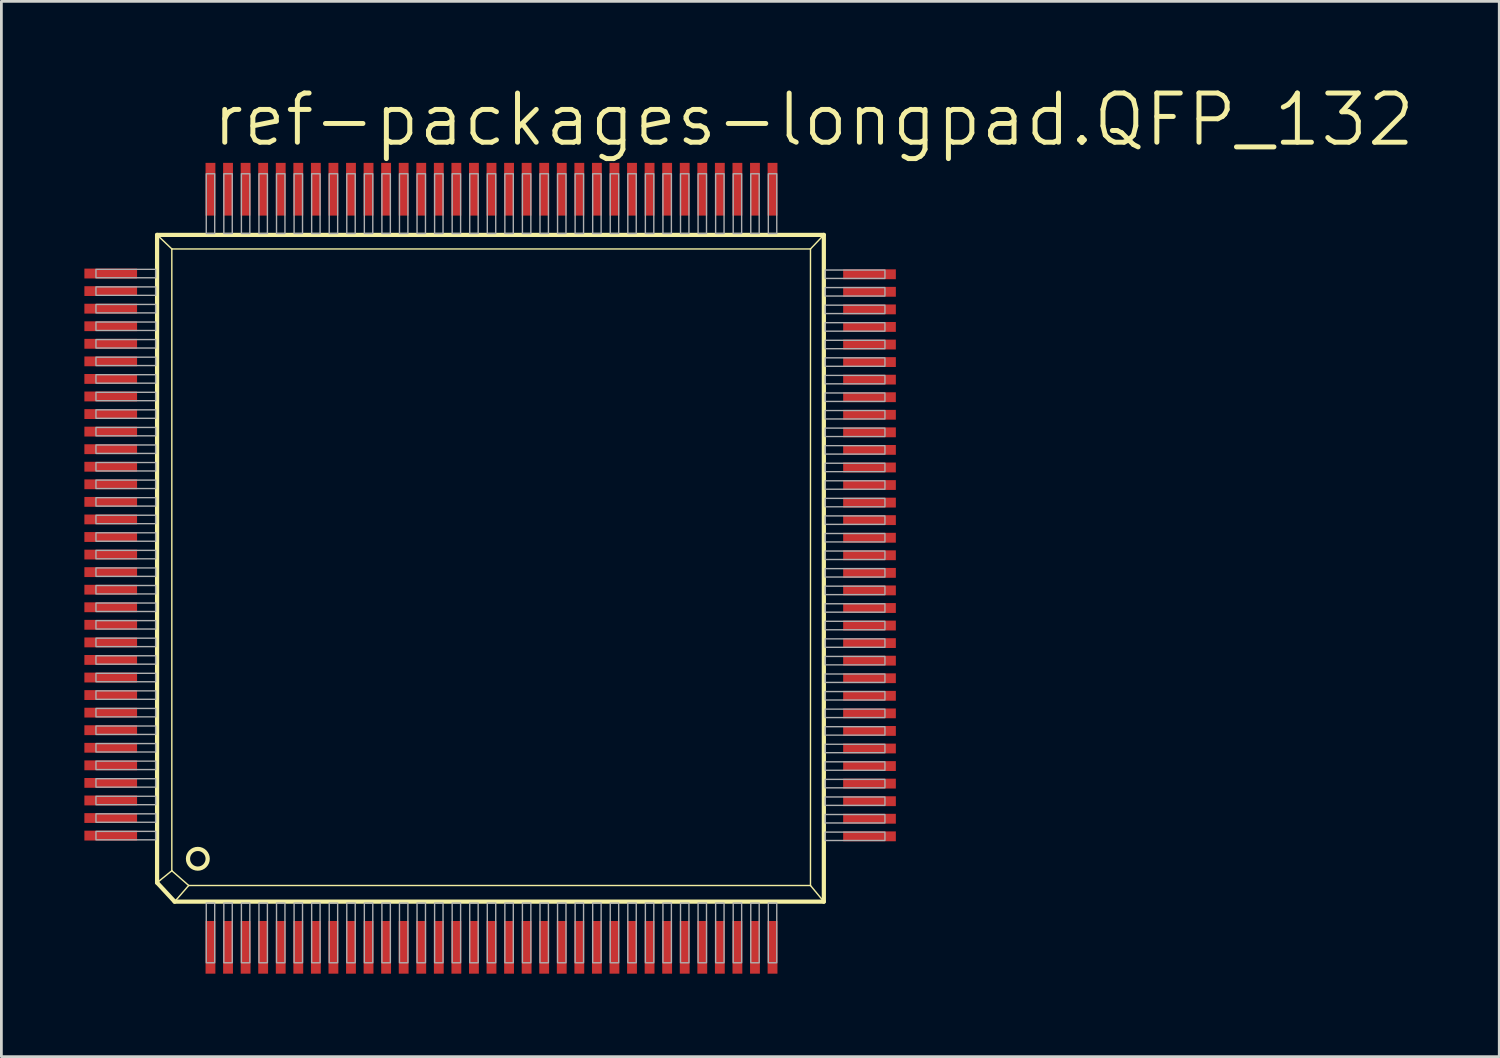
<source format=kicad_pcb>
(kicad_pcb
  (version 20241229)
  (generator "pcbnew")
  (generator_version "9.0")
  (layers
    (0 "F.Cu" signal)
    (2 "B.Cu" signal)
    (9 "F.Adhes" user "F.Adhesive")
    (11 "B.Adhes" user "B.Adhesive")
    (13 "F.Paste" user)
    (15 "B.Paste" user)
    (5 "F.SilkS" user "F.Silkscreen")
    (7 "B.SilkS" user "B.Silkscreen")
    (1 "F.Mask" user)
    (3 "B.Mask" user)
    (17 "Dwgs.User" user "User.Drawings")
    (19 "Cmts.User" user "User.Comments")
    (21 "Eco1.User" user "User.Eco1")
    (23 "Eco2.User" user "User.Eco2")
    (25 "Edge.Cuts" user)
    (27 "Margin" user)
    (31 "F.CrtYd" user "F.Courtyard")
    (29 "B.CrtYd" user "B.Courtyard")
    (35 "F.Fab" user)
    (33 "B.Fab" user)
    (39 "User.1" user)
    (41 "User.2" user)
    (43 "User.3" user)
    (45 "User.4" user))
  (footprint "ref-packages-longpad.QFP_132"
    (layer "F.Cu")
    (at 14.694 17.05)
    (property "Reference" "ref-packages-longpad.QFP_132" (at -10.16 -14.732 0) (layer "F.SilkS") (effects (font (size 1.778 1.778) (thickness 0.18)) (justify left bottom)))
    (attr smd)
    (fp_line (start -12.065 -11.608) (end -11.532 -11.1) (stroke (width 0.051) (type default)) (layer "F.SilkS"))
    (fp_line (start -12.065 11.811) (end -12.065 -11.608) (stroke (width 0.152) (type default)) (layer "F.SilkS"))
    (fp_line (start -12.065 11.811) (end -11.532 11.379) (stroke (width 0.051) (type default)) (layer "F.SilkS"))
    (fp_line (start -12.065 11.811) (end -11.43 12.497) (stroke (width 0.152) (type default)) (layer "F.SilkS"))
    (fp_line (start -11.532 -11.1) (end -11.532 11.379) (stroke (width 0.051) (type default)) (layer "F.SilkS"))
    (fp_line (start -11.532 -11.1) (end 11.557 -11.1) (stroke (width 0.051) (type default)) (layer "F.SilkS"))
    (fp_line (start -11.43 12.497) (end -10.922 11.913) (stroke (width 0.051) (type default)) (layer "F.SilkS"))
    (fp_line (start -11.43 12.497) (end 12.04 12.497) (stroke (width 0.152) (type default)) (layer "F.SilkS"))
    (fp_line (start -10.922 11.913) (end -11.532 11.379) (stroke (width 0.051) (type default)) (layer "F.SilkS"))
    (fp_line (start -10.922 11.913) (end 11.557 11.913) (stroke (width 0.051) (type default)) (layer "F.SilkS"))
    (fp_line (start 11.557 11.913) (end 11.557 -11.1) (stroke (width 0.051) (type default)) (layer "F.SilkS"))
    (fp_line (start 12.04 -11.608) (end -12.065 -11.608) (stroke (width 0.152) (type default)) (layer "F.SilkS"))
    (fp_line (start 12.04 -11.608) (end 11.557 -11.1) (stroke (width 0.051) (type default)) (layer "F.SilkS"))
    (fp_line (start 12.04 12.497) (end 11.557 11.913) (stroke (width 0.051) (type default)) (layer "F.SilkS"))
    (fp_line (start 12.04 12.497) (end 12.04 -11.608) (stroke (width 0.152) (type default)) (layer "F.SilkS"))
    (fp_circle (center -10.592 10.947) (end -10.236 10.947) (stroke (width 0.152) (type default)) (fill no) (layer "F.SilkS"))
    (fp_rect (start -14.275 -10.058) (end -12.116 -10.363) (stroke (width 0.05) (type default)) (fill no) (layer "F.Fab"))
    (fp_rect (start -14.275 -9.423) (end -12.116 -9.728) (stroke (width 0.05) (type default)) (fill no) (layer "F.Fab"))
    (fp_rect (start -14.275 -8.788) (end -12.116 -9.093) (stroke (width 0.05) (type default)) (fill no) (layer "F.Fab"))
    (fp_rect (start -14.275 -8.153) (end -12.116 -8.458) (stroke (width 0.05) (type default)) (fill no) (layer "F.Fab"))
    (fp_rect (start -14.275 -7.518) (end -12.116 -7.823) (stroke (width 0.05) (type default)) (fill no) (layer "F.Fab"))
    (fp_rect (start -14.275 -6.883) (end -12.116 -7.188) (stroke (width 0.05) (type default)) (fill no) (layer "F.Fab"))
    (fp_rect (start -14.275 -6.248) (end -12.116 -6.553) (stroke (width 0.05) (type default)) (fill no) (layer "F.Fab"))
    (fp_rect (start -14.275 -5.613) (end -12.116 -5.918) (stroke (width 0.05) (type default)) (fill no) (layer "F.Fab"))
    (fp_rect (start -14.275 -4.978) (end -12.116 -5.283) (stroke (width 0.05) (type default)) (fill no) (layer "F.Fab"))
    (fp_rect (start -14.275 -4.343) (end -12.116 -4.648) (stroke (width 0.05) (type default)) (fill no) (layer "F.Fab"))
    (fp_rect (start -14.275 -3.708) (end -12.116 -4.013) (stroke (width 0.05) (type default)) (fill no) (layer "F.Fab"))
    (fp_rect (start -14.275 -3.073) (end -12.116 -3.378) (stroke (width 0.05) (type default)) (fill no) (layer "F.Fab"))
    (fp_rect (start -14.275 -2.438) (end -12.116 -2.743) (stroke (width 0.05) (type default)) (fill no) (layer "F.Fab"))
    (fp_rect (start -14.275 -1.803) (end -12.116 -2.108) (stroke (width 0.05) (type default)) (fill no) (layer "F.Fab"))
    (fp_rect (start -14.275 -1.168) (end -12.116 -1.473) (stroke (width 0.05) (type default)) (fill no) (layer "F.Fab"))
    (fp_rect (start -14.275 -0.533) (end -12.116 -0.838) (stroke (width 0.05) (type default)) (fill no) (layer "F.Fab"))
    (fp_rect (start -14.275 0.102) (end -12.116 -0.203) (stroke (width 0.05) (type default)) (fill no) (layer "F.Fab"))
    (fp_rect (start -14.275 0.737) (end -12.116 0.432) (stroke (width 0.05) (type default)) (fill no) (layer "F.Fab"))
    (fp_rect (start -14.275 1.372) (end -12.116 1.067) (stroke (width 0.05) (type default)) (fill no) (layer "F.Fab"))
    (fp_rect (start -14.275 2.007) (end -12.116 1.702) (stroke (width 0.05) (type default)) (fill no) (layer "F.Fab"))
    (fp_rect (start -14.275 2.642) (end -12.116 2.337) (stroke (width 0.05) (type default)) (fill no) (layer "F.Fab"))
    (fp_rect (start -14.275 3.277) (end -12.116 2.972) (stroke (width 0.05) (type default)) (fill no) (layer "F.Fab"))
    (fp_rect (start -14.275 3.912) (end -12.116 3.607) (stroke (width 0.05) (type default)) (fill no) (layer "F.Fab"))
    (fp_rect (start -14.275 4.547) (end -12.116 4.242) (stroke (width 0.05) (type default)) (fill no) (layer "F.Fab"))
    (fp_rect (start -14.275 5.182) (end -12.116 4.877) (stroke (width 0.05) (type default)) (fill no) (layer "F.Fab"))
    (fp_rect (start -14.275 5.817) (end -12.116 5.512) (stroke (width 0.05) (type default)) (fill no) (layer "F.Fab"))
    (fp_rect (start -14.275 6.452) (end -12.116 6.147) (stroke (width 0.05) (type default)) (fill no) (layer "F.Fab"))
    (fp_rect (start -14.275 7.087) (end -12.116 6.782) (stroke (width 0.05) (type default)) (fill no) (layer "F.Fab"))
    (fp_rect (start -14.275 7.722) (end -12.116 7.417) (stroke (width 0.05) (type default)) (fill no) (layer "F.Fab"))
    (fp_rect (start -14.275 8.357) (end -12.116 8.052) (stroke (width 0.05) (type default)) (fill no) (layer "F.Fab"))
    (fp_rect (start -14.275 8.992) (end -12.116 8.687) (stroke (width 0.05) (type default)) (fill no) (layer "F.Fab"))
    (fp_rect (start -14.275 9.627) (end -12.116 9.322) (stroke (width 0.05) (type default)) (fill no) (layer "F.Fab"))
    (fp_rect (start -14.275 10.262) (end -12.116 9.957) (stroke (width 0.05) (type default)) (fill no) (layer "F.Fab"))
    (fp_rect (start -10.287 -11.659) (end -9.982 -13.818) (stroke (width 0.05) (type default)) (fill no) (layer "F.Fab"))
    (fp_rect (start -10.287 14.707) (end -9.982 12.548) (stroke (width 0.05) (type default)) (fill no) (layer "F.Fab"))
    (fp_rect (start -9.652 -11.659) (end -9.347 -13.818) (stroke (width 0.05) (type default)) (fill no) (layer "F.Fab"))
    (fp_rect (start -9.652 14.707) (end -9.347 12.548) (stroke (width 0.05) (type default)) (fill no) (layer "F.Fab"))
    (fp_rect (start -9.017 -11.659) (end -8.712 -13.818) (stroke (width 0.05) (type default)) (fill no) (layer "F.Fab"))
    (fp_rect (start -9.017 14.707) (end -8.712 12.548) (stroke (width 0.05) (type default)) (fill no) (layer "F.Fab"))
    (fp_rect (start -8.382 -11.659) (end -8.077 -13.818) (stroke (width 0.05) (type default)) (fill no) (layer "F.Fab"))
    (fp_rect (start -8.382 14.707) (end -8.077 12.548) (stroke (width 0.05) (type default)) (fill no) (layer "F.Fab"))
    (fp_rect (start -7.747 -11.659) (end -7.442 -13.818) (stroke (width 0.05) (type default)) (fill no) (layer "F.Fab"))
    (fp_rect (start -7.747 14.707) (end -7.442 12.548) (stroke (width 0.05) (type default)) (fill no) (layer "F.Fab"))
    (fp_rect (start -7.112 -11.659) (end -6.807 -13.818) (stroke (width 0.05) (type default)) (fill no) (layer "F.Fab"))
    (fp_rect (start -7.112 14.707) (end -6.807 12.548) (stroke (width 0.05) (type default)) (fill no) (layer "F.Fab"))
    (fp_rect (start -6.477 -11.659) (end -6.172 -13.818) (stroke (width 0.05) (type default)) (fill no) (layer "F.Fab"))
    (fp_rect (start -6.477 14.707) (end -6.172 12.548) (stroke (width 0.05) (type default)) (fill no) (layer "F.Fab"))
    (fp_rect (start -5.842 -11.659) (end -5.537 -13.818) (stroke (width 0.05) (type default)) (fill no) (layer "F.Fab"))
    (fp_rect (start -5.842 14.707) (end -5.537 12.548) (stroke (width 0.05) (type default)) (fill no) (layer "F.Fab"))
    (fp_rect (start -5.207 -11.659) (end -4.902 -13.818) (stroke (width 0.05) (type default)) (fill no) (layer "F.Fab"))
    (fp_rect (start -5.207 14.707) (end -4.902 12.548) (stroke (width 0.05) (type default)) (fill no) (layer "F.Fab"))
    (fp_rect (start -4.572 -11.659) (end -4.267 -13.818) (stroke (width 0.05) (type default)) (fill no) (layer "F.Fab"))
    (fp_rect (start -4.572 14.707) (end -4.267 12.548) (stroke (width 0.05) (type default)) (fill no) (layer "F.Fab"))
    (fp_rect (start -3.937 -11.659) (end -3.632 -13.818) (stroke (width 0.05) (type default)) (fill no) (layer "F.Fab"))
    (fp_rect (start -3.937 14.707) (end -3.632 12.548) (stroke (width 0.05) (type default)) (fill no) (layer "F.Fab"))
    (fp_rect (start -3.302 -11.659) (end -2.997 -13.818) (stroke (width 0.05) (type default)) (fill no) (layer "F.Fab"))
    (fp_rect (start -3.302 14.707) (end -2.997 12.548) (stroke (width 0.05) (type default)) (fill no) (layer "F.Fab"))
    (fp_rect (start -2.667 -11.659) (end -2.362 -13.818) (stroke (width 0.05) (type default)) (fill no) (layer "F.Fab"))
    (fp_rect (start -2.667 14.707) (end -2.362 12.548) (stroke (width 0.05) (type default)) (fill no) (layer "F.Fab"))
    (fp_rect (start -2.032 -11.659) (end -1.727 -13.818) (stroke (width 0.05) (type default)) (fill no) (layer "F.Fab"))
    (fp_rect (start -2.032 14.707) (end -1.727 12.548) (stroke (width 0.05) (type default)) (fill no) (layer "F.Fab"))
    (fp_rect (start -1.397 -11.659) (end -1.092 -13.818) (stroke (width 0.05) (type default)) (fill no) (layer "F.Fab"))
    (fp_rect (start -1.397 14.707) (end -1.092 12.548) (stroke (width 0.05) (type default)) (fill no) (layer "F.Fab"))
    (fp_rect (start -0.762 -11.659) (end -0.457 -13.818) (stroke (width 0.05) (type default)) (fill no) (layer "F.Fab"))
    (fp_rect (start -0.762 14.707) (end -0.457 12.548) (stroke (width 0.05) (type default)) (fill no) (layer "F.Fab"))
    (fp_rect (start -0.127 -11.659) (end 0.178 -13.818) (stroke (width 0.05) (type default)) (fill no) (layer "F.Fab"))
    (fp_rect (start -0.127 14.707) (end 0.178 12.548) (stroke (width 0.05) (type default)) (fill no) (layer "F.Fab"))
    (fp_rect (start 0.508 -11.659) (end 0.813 -13.818) (stroke (width 0.05) (type default)) (fill no) (layer "F.Fab"))
    (fp_rect (start 0.508 14.707) (end 0.813 12.548) (stroke (width 0.05) (type default)) (fill no) (layer "F.Fab"))
    (fp_rect (start 1.143 -11.659) (end 1.448 -13.818) (stroke (width 0.05) (type default)) (fill no) (layer "F.Fab"))
    (fp_rect (start 1.143 14.707) (end 1.448 12.548) (stroke (width 0.05) (type default)) (fill no) (layer "F.Fab"))
    (fp_rect (start 1.778 -11.659) (end 2.083 -13.818) (stroke (width 0.05) (type default)) (fill no) (layer "F.Fab"))
    (fp_rect (start 1.778 14.707) (end 2.083 12.548) (stroke (width 0.05) (type default)) (fill no) (layer "F.Fab"))
    (fp_rect (start 2.413 -11.659) (end 2.718 -13.818) (stroke (width 0.05) (type default)) (fill no) (layer "F.Fab"))
    (fp_rect (start 2.413 14.707) (end 2.718 12.548) (stroke (width 0.05) (type default)) (fill no) (layer "F.Fab"))
    (fp_rect (start 3.048 -11.659) (end 3.353 -13.818) (stroke (width 0.05) (type default)) (fill no) (layer "F.Fab"))
    (fp_rect (start 3.048 14.707) (end 3.353 12.548) (stroke (width 0.05) (type default)) (fill no) (layer "F.Fab"))
    (fp_rect (start 3.683 -11.659) (end 3.988 -13.818) (stroke (width 0.05) (type default)) (fill no) (layer "F.Fab"))
    (fp_rect (start 3.683 14.707) (end 3.988 12.548) (stroke (width 0.05) (type default)) (fill no) (layer "F.Fab"))
    (fp_rect (start 4.318 -11.659) (end 4.623 -13.818) (stroke (width 0.05) (type default)) (fill no) (layer "F.Fab"))
    (fp_rect (start 4.318 14.707) (end 4.623 12.548) (stroke (width 0.05) (type default)) (fill no) (layer "F.Fab"))
    (fp_rect (start 4.953 -11.659) (end 5.258 -13.818) (stroke (width 0.05) (type default)) (fill no) (layer "F.Fab"))
    (fp_rect (start 4.953 14.707) (end 5.258 12.548) (stroke (width 0.05) (type default)) (fill no) (layer "F.Fab"))
    (fp_rect (start 5.588 -11.659) (end 5.893 -13.818) (stroke (width 0.05) (type default)) (fill no) (layer "F.Fab"))
    (fp_rect (start 5.588 14.707) (end 5.893 12.548) (stroke (width 0.05) (type default)) (fill no) (layer "F.Fab"))
    (fp_rect (start 6.223 -11.659) (end 6.528 -13.818) (stroke (width 0.05) (type default)) (fill no) (layer "F.Fab"))
    (fp_rect (start 6.223 14.707) (end 6.528 12.548) (stroke (width 0.05) (type default)) (fill no) (layer "F.Fab"))
    (fp_rect (start 6.858 -11.659) (end 7.163 -13.818) (stroke (width 0.05) (type default)) (fill no) (layer "F.Fab"))
    (fp_rect (start 6.858 14.707) (end 7.163 12.548) (stroke (width 0.05) (type default)) (fill no) (layer "F.Fab"))
    (fp_rect (start 7.493 -11.659) (end 7.798 -13.818) (stroke (width 0.05) (type default)) (fill no) (layer "F.Fab"))
    (fp_rect (start 7.493 14.707) (end 7.798 12.548) (stroke (width 0.05) (type default)) (fill no) (layer "F.Fab"))
    (fp_rect (start 8.128 -11.659) (end 8.433 -13.818) (stroke (width 0.05) (type default)) (fill no) (layer "F.Fab"))
    (fp_rect (start 8.128 14.707) (end 8.433 12.548) (stroke (width 0.05) (type default)) (fill no) (layer "F.Fab"))
    (fp_rect (start 8.763 -11.659) (end 9.068 -13.818) (stroke (width 0.05) (type default)) (fill no) (layer "F.Fab"))
    (fp_rect (start 8.763 14.707) (end 9.068 12.548) (stroke (width 0.05) (type default)) (fill no) (layer "F.Fab"))
    (fp_rect (start 9.398 -11.659) (end 9.703 -13.818) (stroke (width 0.05) (type default)) (fill no) (layer "F.Fab"))
    (fp_rect (start 9.398 14.707) (end 9.703 12.548) (stroke (width 0.05) (type default)) (fill no) (layer "F.Fab"))
    (fp_rect (start 10.033 -11.659) (end 10.338 -13.818) (stroke (width 0.05) (type default)) (fill no) (layer "F.Fab"))
    (fp_rect (start 10.033 14.707) (end 10.338 12.548) (stroke (width 0.05) (type default)) (fill no) (layer "F.Fab"))
    (fp_rect (start 12.09 -10.033) (end 14.249 -10.338) (stroke (width 0.05) (type default)) (fill no) (layer "F.Fab"))
    (fp_rect (start 12.09 -9.398) (end 14.249 -9.703) (stroke (width 0.05) (type default)) (fill no) (layer "F.Fab"))
    (fp_rect (start 12.09 -8.763) (end 14.249 -9.068) (stroke (width 0.05) (type default)) (fill no) (layer "F.Fab"))
    (fp_rect (start 12.09 -8.128) (end 14.249 -8.433) (stroke (width 0.05) (type default)) (fill no) (layer "F.Fab"))
    (fp_rect (start 12.09 -7.493) (end 14.249 -7.798) (stroke (width 0.05) (type default)) (fill no) (layer "F.Fab"))
    (fp_rect (start 12.09 -6.858) (end 14.249 -7.163) (stroke (width 0.05) (type default)) (fill no) (layer "F.Fab"))
    (fp_rect (start 12.09 -6.223) (end 14.249 -6.528) (stroke (width 0.05) (type default)) (fill no) (layer "F.Fab"))
    (fp_rect (start 12.09 -5.588) (end 14.249 -5.893) (stroke (width 0.05) (type default)) (fill no) (layer "F.Fab"))
    (fp_rect (start 12.09 -4.953) (end 14.249 -5.258) (stroke (width 0.05) (type default)) (fill no) (layer "F.Fab"))
    (fp_rect (start 12.09 -4.318) (end 14.249 -4.623) (stroke (width 0.05) (type default)) (fill no) (layer "F.Fab"))
    (fp_rect (start 12.09 -3.683) (end 14.249 -3.988) (stroke (width 0.05) (type default)) (fill no) (layer "F.Fab"))
    (fp_rect (start 12.09 -3.048) (end 14.249 -3.353) (stroke (width 0.05) (type default)) (fill no) (layer "F.Fab"))
    (fp_rect (start 12.09 -2.413) (end 14.249 -2.718) (stroke (width 0.05) (type default)) (fill no) (layer "F.Fab"))
    (fp_rect (start 12.09 -1.778) (end 14.249 -2.083) (stroke (width 0.05) (type default)) (fill no) (layer "F.Fab"))
    (fp_rect (start 12.09 -1.143) (end 14.249 -1.448) (stroke (width 0.05) (type default)) (fill no) (layer "F.Fab"))
    (fp_rect (start 12.09 -0.508) (end 14.249 -0.813) (stroke (width 0.05) (type default)) (fill no) (layer "F.Fab"))
    (fp_rect (start 12.09 0.127) (end 14.249 -0.178) (stroke (width 0.05) (type default)) (fill no) (layer "F.Fab"))
    (fp_rect (start 12.09 0.762) (end 14.249 0.457) (stroke (width 0.05) (type default)) (fill no) (layer "F.Fab"))
    (fp_rect (start 12.09 1.397) (end 14.249 1.092) (stroke (width 0.05) (type default)) (fill no) (layer "F.Fab"))
    (fp_rect (start 12.09 2.032) (end 14.249 1.727) (stroke (width 0.05) (type default)) (fill no) (layer "F.Fab"))
    (fp_rect (start 12.09 2.667) (end 14.249 2.362) (stroke (width 0.05) (type default)) (fill no) (layer "F.Fab"))
    (fp_rect (start 12.09 3.302) (end 14.249 2.997) (stroke (width 0.05) (type default)) (fill no) (layer "F.Fab"))
    (fp_rect (start 12.09 3.937) (end 14.249 3.632) (stroke (width 0.05) (type default)) (fill no) (layer "F.Fab"))
    (fp_rect (start 12.09 4.572) (end 14.249 4.267) (stroke (width 0.05) (type default)) (fill no) (layer "F.Fab"))
    (fp_rect (start 12.09 5.207) (end 14.249 4.902) (stroke (width 0.05) (type default)) (fill no) (layer "F.Fab"))
    (fp_rect (start 12.09 5.842) (end 14.249 5.537) (stroke (width 0.05) (type default)) (fill no) (layer "F.Fab"))
    (fp_rect (start 12.09 6.477) (end 14.249 6.172) (stroke (width 0.05) (type default)) (fill no) (layer "F.Fab"))
    (fp_rect (start 12.09 7.112) (end 14.249 6.807) (stroke (width 0.05) (type default)) (fill no) (layer "F.Fab"))
    (fp_rect (start 12.09 7.747) (end 14.249 7.442) (stroke (width 0.05) (type default)) (fill no) (layer "F.Fab"))
    (fp_rect (start 12.09 8.382) (end 14.249 8.077) (stroke (width 0.05) (type default)) (fill no) (layer "F.Fab"))
    (fp_rect (start 12.09 9.017) (end 14.249 8.712) (stroke (width 0.05) (type default)) (fill no) (layer "F.Fab"))
    (fp_rect (start 12.09 9.652) (end 14.249 9.347) (stroke (width 0.05) (type default)) (fill no) (layer "F.Fab"))
    (fp_rect (start 12.09 10.287) (end 14.249 9.982) (stroke (width 0.05) (type default)) (fill no) (layer "F.Fab"))
    (pad "1" smd roundrect (at -10.135 14.148) (size 0.356 1.905) (layers "F.Cu" "F.Mask" "F.Paste") (roundrect_rratio 0.01))
    (pad "2" smd roundrect (at -9.5 14.148) (size 0.356 1.905) (layers "F.Cu" "F.Mask" "F.Paste") (roundrect_rratio 0.01))
    (pad "3" smd roundrect (at -8.865 14.148) (size 0.356 1.905) (layers "F.Cu" "F.Mask" "F.Paste") (roundrect_rratio 0.01))
    (pad "4" smd roundrect (at -8.23 14.148) (size 0.356 1.905) (layers "F.Cu" "F.Mask" "F.Paste") (roundrect_rratio 0.01))
    (pad "5" smd roundrect (at -7.595 14.148) (size 0.356 1.905) (layers "F.Cu" "F.Mask" "F.Paste") (roundrect_rratio 0.01))
    (pad "6" smd roundrect (at -6.96 14.148) (size 0.356 1.905) (layers "F.Cu" "F.Mask" "F.Paste") (roundrect_rratio 0.01))
    (pad "7" smd roundrect (at -6.325 14.148) (size 0.356 1.905) (layers "F.Cu" "F.Mask" "F.Paste") (roundrect_rratio 0.01))
    (pad "8" smd roundrect (at -5.69 14.148) (size 0.356 1.905) (layers "F.Cu" "F.Mask" "F.Paste") (roundrect_rratio 0.01))
    (pad "9" smd roundrect (at -5.055 14.148) (size 0.356 1.905) (layers "F.Cu" "F.Mask" "F.Paste") (roundrect_rratio 0.01))
    (pad "10" smd roundrect (at -4.42 14.148) (size 0.356 1.905) (layers "F.Cu" "F.Mask" "F.Paste") (roundrect_rratio 0.01))
    (pad "11" smd roundrect (at -3.785 14.148) (size 0.356 1.905) (layers "F.Cu" "F.Mask" "F.Paste") (roundrect_rratio 0.01))
    (pad "12" smd roundrect (at -3.15 14.148) (size 0.356 1.905) (layers "F.Cu" "F.Mask" "F.Paste") (roundrect_rratio 0.01))
    (pad "13" smd roundrect (at -2.515 14.148) (size 0.356 1.905) (layers "F.Cu" "F.Mask" "F.Paste") (roundrect_rratio 0.01))
    (pad "14" smd roundrect (at -1.88 14.148) (size 0.356 1.905) (layers "F.Cu" "F.Mask" "F.Paste") (roundrect_rratio 0.01))
    (pad "15" smd roundrect (at -1.245 14.148) (size 0.356 1.905) (layers "F.Cu" "F.Mask" "F.Paste") (roundrect_rratio 0.01))
    (pad "16" smd roundrect (at -0.61 14.148) (size 0.356 1.905) (layers "F.Cu" "F.Mask" "F.Paste") (roundrect_rratio 0.01))
    (pad "17" smd roundrect (at 0.025 14.148) (size 0.356 1.905) (layers "F.Cu" "F.Mask" "F.Paste") (roundrect_rratio 0.01))
    (pad "18" smd roundrect (at 0.66 14.148) (size 0.356 1.905) (layers "F.Cu" "F.Mask" "F.Paste") (roundrect_rratio 0.01))
    (pad "19" smd roundrect (at 1.295 14.148) (size 0.356 1.905) (layers "F.Cu" "F.Mask" "F.Paste") (roundrect_rratio 0.01))
    (pad "20" smd roundrect (at 1.93 14.148) (size 0.356 1.905) (layers "F.Cu" "F.Mask" "F.Paste") (roundrect_rratio 0.01))
    (pad "21" smd roundrect (at 2.565 14.148) (size 0.356 1.905) (layers "F.Cu" "F.Mask" "F.Paste") (roundrect_rratio 0.01))
    (pad "22" smd roundrect (at 3.2 14.148) (size 0.356 1.905) (layers "F.Cu" "F.Mask" "F.Paste") (roundrect_rratio 0.01))
    (pad "23" smd roundrect (at 3.835 14.148) (size 0.356 1.905) (layers "F.Cu" "F.Mask" "F.Paste") (roundrect_rratio 0.01))
    (pad "24" smd roundrect (at 4.47 14.148) (size 0.356 1.905) (layers "F.Cu" "F.Mask" "F.Paste") (roundrect_rratio 0.01))
    (pad "25" smd roundrect (at 5.105 14.148) (size 0.356 1.905) (layers "F.Cu" "F.Mask" "F.Paste") (roundrect_rratio 0.01))
    (pad "26" smd roundrect (at 5.74 14.148) (size 0.356 1.905) (layers "F.Cu" "F.Mask" "F.Paste") (roundrect_rratio 0.01))
    (pad "27" smd roundrect (at 6.375 14.148) (size 0.356 1.905) (layers "F.Cu" "F.Mask" "F.Paste") (roundrect_rratio 0.01))
    (pad "28" smd roundrect (at 7.01 14.148) (size 0.356 1.905) (layers "F.Cu" "F.Mask" "F.Paste") (roundrect_rratio 0.01))
    (pad "29" smd roundrect (at 7.645 14.148) (size 0.356 1.905) (layers "F.Cu" "F.Mask" "F.Paste") (roundrect_rratio 0.01))
    (pad "30" smd roundrect (at 8.28 14.148) (size 0.356 1.905) (layers "F.Cu" "F.Mask" "F.Paste") (roundrect_rratio 0.01))
    (pad "31" smd roundrect (at 8.915 14.148) (size 0.356 1.905) (layers "F.Cu" "F.Mask" "F.Paste") (roundrect_rratio 0.01))
    (pad "32" smd roundrect (at 9.55 14.148) (size 0.356 1.905) (layers "F.Cu" "F.Mask" "F.Paste") (roundrect_rratio 0.01))
    (pad "33" smd roundrect (at 10.185 14.148) (size 0.356 1.905) (layers "F.Cu" "F.Mask" "F.Paste") (roundrect_rratio 0.01))
    (pad "34" smd roundrect (at 13.691 10.135) (size 1.905 0.356) (layers "F.Cu" "F.Mask" "F.Paste") (roundrect_rratio 0.01))
    (pad "35" smd roundrect (at 13.691 9.5) (size 1.905 0.356) (layers "F.Cu" "F.Mask" "F.Paste") (roundrect_rratio 0.01))
    (pad "36" smd roundrect (at 13.691 8.865) (size 1.905 0.356) (layers "F.Cu" "F.Mask" "F.Paste") (roundrect_rratio 0.01))
    (pad "37" smd roundrect (at 13.691 8.23) (size 1.905 0.356) (layers "F.Cu" "F.Mask" "F.Paste") (roundrect_rratio 0.01))
    (pad "38" smd roundrect (at 13.691 7.595) (size 1.905 0.356) (layers "F.Cu" "F.Mask" "F.Paste") (roundrect_rratio 0.01))
    (pad "39" smd roundrect (at 13.691 6.96) (size 1.905 0.356) (layers "F.Cu" "F.Mask" "F.Paste") (roundrect_rratio 0.01))
    (pad "40" smd roundrect (at 13.691 6.325) (size 1.905 0.356) (layers "F.Cu" "F.Mask" "F.Paste") (roundrect_rratio 0.01))
    (pad "41" smd roundrect (at 13.691 5.69) (size 1.905 0.356) (layers "F.Cu" "F.Mask" "F.Paste") (roundrect_rratio 0.01))
    (pad "42" smd roundrect (at 13.691 5.055) (size 1.905 0.356) (layers "F.Cu" "F.Mask" "F.Paste") (roundrect_rratio 0.01))
    (pad "43" smd roundrect (at 13.691 4.42) (size 1.905 0.356) (layers "F.Cu" "F.Mask" "F.Paste") (roundrect_rratio 0.01))
    (pad "44" smd roundrect (at 13.691 3.785) (size 1.905 0.356) (layers "F.Cu" "F.Mask" "F.Paste") (roundrect_rratio 0.01))
    (pad "45" smd roundrect (at 13.691 3.15) (size 1.905 0.356) (layers "F.Cu" "F.Mask" "F.Paste") (roundrect_rratio 0.01))
    (pad "46" smd roundrect (at 13.691 2.515) (size 1.905 0.356) (layers "F.Cu" "F.Mask" "F.Paste") (roundrect_rratio 0.01))
    (pad "47" smd roundrect (at 13.691 1.88) (size 1.905 0.356) (layers "F.Cu" "F.Mask" "F.Paste") (roundrect_rratio 0.01))
    (pad "48" smd roundrect (at 13.691 1.245) (size 1.905 0.356) (layers "F.Cu" "F.Mask" "F.Paste") (roundrect_rratio 0.01))
    (pad "49" smd roundrect (at 13.691 0.61) (size 1.905 0.356) (layers "F.Cu" "F.Mask" "F.Paste") (roundrect_rratio 0.01))
    (pad "50" smd roundrect (at 13.691 -0.025) (size 1.905 0.356) (layers "F.Cu" "F.Mask" "F.Paste") (roundrect_rratio 0.01))
    (pad "51" smd roundrect (at 13.691 -0.66) (size 1.905 0.356) (layers "F.Cu" "F.Mask" "F.Paste") (roundrect_rratio 0.01))
    (pad "52" smd roundrect (at 13.691 -1.295) (size 1.905 0.356) (layers "F.Cu" "F.Mask" "F.Paste") (roundrect_rratio 0.01))
    (pad "53" smd roundrect (at 13.691 -1.93) (size 1.905 0.356) (layers "F.Cu" "F.Mask" "F.Paste") (roundrect_rratio 0.01))
    (pad "54" smd roundrect (at 13.691 -2.565) (size 1.905 0.356) (layers "F.Cu" "F.Mask" "F.Paste") (roundrect_rratio 0.01))
    (pad "55" smd roundrect (at 13.691 -3.2) (size 1.905 0.356) (layers "F.Cu" "F.Mask" "F.Paste") (roundrect_rratio 0.01))
    (pad "56" smd roundrect (at 13.691 -3.835) (size 1.905 0.356) (layers "F.Cu" "F.Mask" "F.Paste") (roundrect_rratio 0.01))
    (pad "57" smd roundrect (at 13.691 -4.47) (size 1.905 0.356) (layers "F.Cu" "F.Mask" "F.Paste") (roundrect_rratio 0.01))
    (pad "58" smd roundrect (at 13.691 -5.105) (size 1.905 0.356) (layers "F.Cu" "F.Mask" "F.Paste") (roundrect_rratio 0.01))
    (pad "59" smd roundrect (at 13.691 -5.74) (size 1.905 0.356) (layers "F.Cu" "F.Mask" "F.Paste") (roundrect_rratio 0.01))
    (pad "60" smd roundrect (at 13.691 -6.375) (size 1.905 0.356) (layers "F.Cu" "F.Mask" "F.Paste") (roundrect_rratio 0.01))
    (pad "61" smd roundrect (at 13.691 -7.01) (size 1.905 0.356) (layers "F.Cu" "F.Mask" "F.Paste") (roundrect_rratio 0.01))
    (pad "62" smd roundrect (at 13.691 -7.645) (size 1.905 0.356) (layers "F.Cu" "F.Mask" "F.Paste") (roundrect_rratio 0.01))
    (pad "63" smd roundrect (at 13.691 -8.28) (size 1.905 0.356) (layers "F.Cu" "F.Mask" "F.Paste") (roundrect_rratio 0.01))
    (pad "64" smd roundrect (at 13.691 -8.915) (size 1.905 0.356) (layers "F.Cu" "F.Mask" "F.Paste") (roundrect_rratio 0.01))
    (pad "65" smd roundrect (at 13.691 -9.55) (size 1.905 0.356) (layers "F.Cu" "F.Mask" "F.Paste") (roundrect_rratio 0.01))
    (pad "66" smd roundrect (at 13.691 -10.185) (size 1.905 0.356) (layers "F.Cu" "F.Mask" "F.Paste") (roundrect_rratio 0.01))
    (pad "67" smd roundrect (at 10.185 -13.259) (size 0.356 1.905) (layers "F.Cu" "F.Mask" "F.Paste") (roundrect_rratio 0.01))
    (pad "68" smd roundrect (at 9.55 -13.259) (size 0.356 1.905) (layers "F.Cu" "F.Mask" "F.Paste") (roundrect_rratio 0.01))
    (pad "69" smd roundrect (at 8.915 -13.259) (size 0.356 1.905) (layers "F.Cu" "F.Mask" "F.Paste") (roundrect_rratio 0.01))
    (pad "70" smd roundrect (at 8.28 -13.259) (size 0.356 1.905) (layers "F.Cu" "F.Mask" "F.Paste") (roundrect_rratio 0.01))
    (pad "71" smd roundrect (at 7.645 -13.259) (size 0.356 1.905) (layers "F.Cu" "F.Mask" "F.Paste") (roundrect_rratio 0.01))
    (pad "72" smd roundrect (at 7.01 -13.259) (size 0.356 1.905) (layers "F.Cu" "F.Mask" "F.Paste") (roundrect_rratio 0.01))
    (pad "73" smd roundrect (at 6.375 -13.259) (size 0.356 1.905) (layers "F.Cu" "F.Mask" "F.Paste") (roundrect_rratio 0.01))
    (pad "74" smd roundrect (at 5.74 -13.259) (size 0.356 1.905) (layers "F.Cu" "F.Mask" "F.Paste") (roundrect_rratio 0.01))
    (pad "75" smd roundrect (at 5.105 -13.259) (size 0.356 1.905) (layers "F.Cu" "F.Mask" "F.Paste") (roundrect_rratio 0.01))
    (pad "76" smd roundrect (at 4.47 -13.259) (size 0.356 1.905) (layers "F.Cu" "F.Mask" "F.Paste") (roundrect_rratio 0.01))
    (pad "77" smd roundrect (at 3.835 -13.259) (size 0.356 1.905) (layers "F.Cu" "F.Mask" "F.Paste") (roundrect_rratio 0.01))
    (pad "78" smd roundrect (at 3.2 -13.259) (size 0.356 1.905) (layers "F.Cu" "F.Mask" "F.Paste") (roundrect_rratio 0.01))
    (pad "79" smd roundrect (at 2.565 -13.259) (size 0.356 1.905) (layers "F.Cu" "F.Mask" "F.Paste") (roundrect_rratio 0.01))
    (pad "80" smd roundrect (at 1.93 -13.259) (size 0.356 1.905) (layers "F.Cu" "F.Mask" "F.Paste") (roundrect_rratio 0.01))
    (pad "81" smd roundrect (at 1.295 -13.259) (size 0.356 1.905) (layers "F.Cu" "F.Mask" "F.Paste") (roundrect_rratio 0.01))
    (pad "82" smd roundrect (at 0.66 -13.259) (size 0.356 1.905) (layers "F.Cu" "F.Mask" "F.Paste") (roundrect_rratio 0.01))
    (pad "83" smd roundrect (at 0.025 -13.259) (size 0.356 1.905) (layers "F.Cu" "F.Mask" "F.Paste") (roundrect_rratio 0.01))
    (pad "84" smd roundrect (at -0.61 -13.259) (size 0.356 1.905) (layers "F.Cu" "F.Mask" "F.Paste") (roundrect_rratio 0.01))
    (pad "85" smd roundrect (at -1.245 -13.259) (size 0.356 1.905) (layers "F.Cu" "F.Mask" "F.Paste") (roundrect_rratio 0.01))
    (pad "86" smd roundrect (at -1.88 -13.259) (size 0.356 1.905) (layers "F.Cu" "F.Mask" "F.Paste") (roundrect_rratio 0.01))
    (pad "87" smd roundrect (at -2.515 -13.259) (size 0.356 1.905) (layers "F.Cu" "F.Mask" "F.Paste") (roundrect_rratio 0.01))
    (pad "88" smd roundrect (at -3.15 -13.259) (size 0.356 1.905) (layers "F.Cu" "F.Mask" "F.Paste") (roundrect_rratio 0.01))
    (pad "89" smd roundrect (at -3.785 -13.259) (size 0.356 1.905) (layers "F.Cu" "F.Mask" "F.Paste") (roundrect_rratio 0.01))
    (pad "90" smd roundrect (at -4.42 -13.259) (size 0.356 1.905) (layers "F.Cu" "F.Mask" "F.Paste") (roundrect_rratio 0.01))
    (pad "91" smd roundrect (at -5.055 -13.259) (size 0.356 1.905) (layers "F.Cu" "F.Mask" "F.Paste") (roundrect_rratio 0.01))
    (pad "92" smd roundrect (at -5.69 -13.259) (size 0.356 1.905) (layers "F.Cu" "F.Mask" "F.Paste") (roundrect_rratio 0.01))
    (pad "93" smd roundrect (at -6.325 -13.259) (size 0.356 1.905) (layers "F.Cu" "F.Mask" "F.Paste") (roundrect_rratio 0.01))
    (pad "94" smd roundrect (at -6.96 -13.259) (size 0.356 1.905) (layers "F.Cu" "F.Mask" "F.Paste") (roundrect_rratio 0.01))
    (pad "95" smd roundrect (at -7.595 -13.259) (size 0.356 1.905) (layers "F.Cu" "F.Mask" "F.Paste") (roundrect_rratio 0.01))
    (pad "96" smd roundrect (at -8.23 -13.259) (size 0.356 1.905) (layers "F.Cu" "F.Mask" "F.Paste") (roundrect_rratio 0.01))
    (pad "97" smd roundrect (at -8.865 -13.259) (size 0.356 1.905) (layers "F.Cu" "F.Mask" "F.Paste") (roundrect_rratio 0.01))
    (pad "98" smd roundrect (at -9.5 -13.259) (size 0.356 1.905) (layers "F.Cu" "F.Mask" "F.Paste") (roundrect_rratio 0.01))
    (pad "99" smd roundrect (at -10.135 -13.259) (size 0.356 1.905) (layers "F.Cu" "F.Mask" "F.Paste") (roundrect_rratio 0.01))
    (pad "100" smd roundrect (at -13.741 -10.211) (size 1.905 0.356) (layers "F.Cu" "F.Mask" "F.Paste") (roundrect_rratio 0.01))
    (pad "101" smd roundrect (at -13.741 -9.576) (size 1.905 0.356) (layers "F.Cu" "F.Mask" "F.Paste") (roundrect_rratio 0.01))
    (pad "102" smd roundrect (at -13.741 -8.941) (size 1.905 0.356) (layers "F.Cu" "F.Mask" "F.Paste") (roundrect_rratio 0.01))
    (pad "103" smd roundrect (at -13.741 -8.306) (size 1.905 0.356) (layers "F.Cu" "F.Mask" "F.Paste") (roundrect_rratio 0.01))
    (pad "104" smd roundrect (at -13.741 -7.671) (size 1.905 0.356) (layers "F.Cu" "F.Mask" "F.Paste") (roundrect_rratio 0.01))
    (pad "105" smd roundrect (at -13.741 -7.036) (size 1.905 0.356) (layers "F.Cu" "F.Mask" "F.Paste") (roundrect_rratio 0.01))
    (pad "106" smd roundrect (at -13.741 -6.401) (size 1.905 0.356) (layers "F.Cu" "F.Mask" "F.Paste") (roundrect_rratio 0.01))
    (pad "107" smd roundrect (at -13.741 -5.766) (size 1.905 0.356) (layers "F.Cu" "F.Mask" "F.Paste") (roundrect_rratio 0.01))
    (pad "108" smd roundrect (at -13.741 -5.131) (size 1.905 0.356) (layers "F.Cu" "F.Mask" "F.Paste") (roundrect_rratio 0.01))
    (pad "109" smd roundrect (at -13.741 -4.496) (size 1.905 0.356) (layers "F.Cu" "F.Mask" "F.Paste") (roundrect_rratio 0.01))
    (pad "110" smd roundrect (at -13.741 -3.861) (size 1.905 0.356) (layers "F.Cu" "F.Mask" "F.Paste") (roundrect_rratio 0.01))
    (pad "111" smd roundrect (at -13.741 -3.226) (size 1.905 0.356) (layers "F.Cu" "F.Mask" "F.Paste") (roundrect_rratio 0.01))
    (pad "112" smd roundrect (at -13.741 -2.591) (size 1.905 0.356) (layers "F.Cu" "F.Mask" "F.Paste") (roundrect_rratio 0.01))
    (pad "113" smd roundrect (at -13.741 -1.956) (size 1.905 0.356) (layers "F.Cu" "F.Mask" "F.Paste") (roundrect_rratio 0.01))
    (pad "114" smd roundrect (at -13.741 -1.321) (size 1.905 0.356) (layers "F.Cu" "F.Mask" "F.Paste") (roundrect_rratio 0.01))
    (pad "115" smd roundrect (at -13.741 -0.686) (size 1.905 0.356) (layers "F.Cu" "F.Mask" "F.Paste") (roundrect_rratio 0.01))
    (pad "116" smd roundrect (at -13.741 -0.051) (size 1.905 0.356) (layers "F.Cu" "F.Mask" "F.Paste") (roundrect_rratio 0.01))
    (pad "117" smd roundrect (at -13.741 0.584) (size 1.905 0.356) (layers "F.Cu" "F.Mask" "F.Paste") (roundrect_rratio 0.01))
    (pad "118" smd roundrect (at -13.741 1.219) (size 1.905 0.356) (layers "F.Cu" "F.Mask" "F.Paste") (roundrect_rratio 0.01))
    (pad "119" smd roundrect (at -13.741 1.854) (size 1.905 0.356) (layers "F.Cu" "F.Mask" "F.Paste") (roundrect_rratio 0.01))
    (pad "120" smd roundrect (at -13.741 2.489) (size 1.905 0.356) (layers "F.Cu" "F.Mask" "F.Paste") (roundrect_rratio 0.01))
    (pad "121" smd roundrect (at -13.741 3.124) (size 1.905 0.356) (layers "F.Cu" "F.Mask" "F.Paste") (roundrect_rratio 0.01))
    (pad "122" smd roundrect (at -13.741 3.759) (size 1.905 0.356) (layers "F.Cu" "F.Mask" "F.Paste") (roundrect_rratio 0.01))
    (pad "123" smd roundrect (at -13.741 4.394) (size 1.905 0.356) (layers "F.Cu" "F.Mask" "F.Paste") (roundrect_rratio 0.01))
    (pad "124" smd roundrect (at -13.741 5.029) (size 1.905 0.356) (layers "F.Cu" "F.Mask" "F.Paste") (roundrect_rratio 0.01))
    (pad "125" smd roundrect (at -13.741 5.664) (size 1.905 0.356) (layers "F.Cu" "F.Mask" "F.Paste") (roundrect_rratio 0.01))
    (pad "126" smd roundrect (at -13.741 6.299) (size 1.905 0.356) (layers "F.Cu" "F.Mask" "F.Paste") (roundrect_rratio 0.01))
    (pad "127" smd roundrect (at -13.741 6.934) (size 1.905 0.356) (layers "F.Cu" "F.Mask" "F.Paste") (roundrect_rratio 0.01))
    (pad "128" smd roundrect (at -13.741 7.569) (size 1.905 0.356) (layers "F.Cu" "F.Mask" "F.Paste") (roundrect_rratio 0.01))
    (pad "129" smd roundrect (at -13.741 8.204) (size 1.905 0.356) (layers "F.Cu" "F.Mask" "F.Paste") (roundrect_rratio 0.01))
    (pad "130" smd roundrect (at -13.741 8.839) (size 1.905 0.356) (layers "F.Cu" "F.Mask" "F.Paste") (roundrect_rratio 0.01))
    (pad "131" smd roundrect (at -13.741 9.474) (size 1.905 0.356) (layers "F.Cu" "F.Mask" "F.Paste") (roundrect_rratio 0.01))
    (pad "132" smd roundrect (at -13.741 10.109) (size 1.905 0.356) (layers "F.Cu" "F.Mask" "F.Paste") (roundrect_rratio 0.01)))
  (gr_rect
    (start -3 -3)
    (end 51.152 35.15)
    (stroke (width 0.1) (type default))
    (fill no)
    (layer "Edge.Cuts")))
</source>
